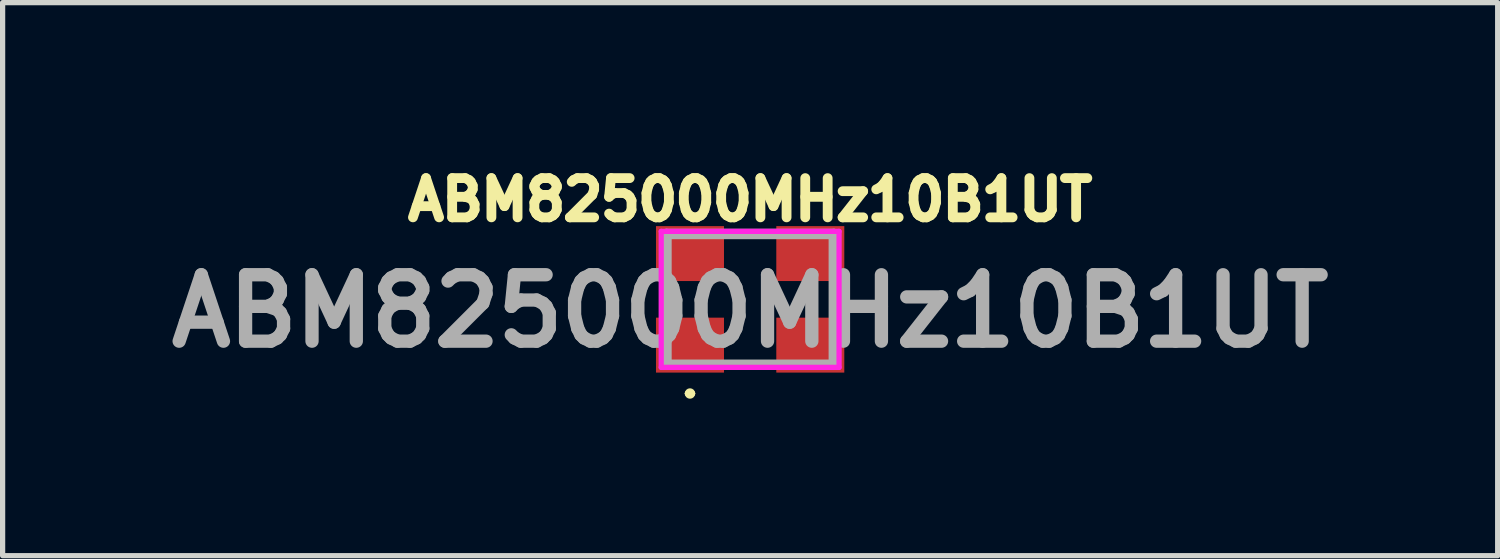
<source format=kicad_pcb>
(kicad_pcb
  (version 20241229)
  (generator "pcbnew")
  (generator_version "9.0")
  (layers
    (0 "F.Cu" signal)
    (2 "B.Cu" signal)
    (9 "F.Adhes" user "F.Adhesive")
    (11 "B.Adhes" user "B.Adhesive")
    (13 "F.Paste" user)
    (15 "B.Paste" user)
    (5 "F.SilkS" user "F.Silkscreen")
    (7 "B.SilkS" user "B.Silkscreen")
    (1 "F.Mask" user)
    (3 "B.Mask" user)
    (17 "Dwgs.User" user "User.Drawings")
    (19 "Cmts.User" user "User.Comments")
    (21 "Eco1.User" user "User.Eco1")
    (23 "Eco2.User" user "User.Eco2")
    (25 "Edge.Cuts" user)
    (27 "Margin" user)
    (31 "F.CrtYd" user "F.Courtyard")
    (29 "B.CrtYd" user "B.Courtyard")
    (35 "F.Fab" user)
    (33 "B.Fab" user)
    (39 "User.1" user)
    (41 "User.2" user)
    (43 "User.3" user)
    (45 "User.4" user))
  (footprint "ABM825000MHz10B1UT"
    (layer "F.Cu")
    (at 11.291 2.673)
    (property "Reference" "ABM825000MHz10B1UT" (at 0 -1.905 0) (layer "F.SilkS") (effects (font (size 0.75 0.75) (thickness 0.188))))
    (attr smd)
    (fp_line (start -1.2 1.8) (end -1.2 1.8) (stroke (width 0.1) (type solid)) (layer "F.SilkS"))
    (fp_line (start -1.1 1.8) (end -1.1 1.8) (stroke (width 0.1) (type solid)) (layer "F.SilkS"))
    (fp_arc (start -1.2 1.8) (mid -1.15 1.75) (end -1.1 1.8) (stroke (width 0.1) (type solid)) (layer "F.SilkS"))
    (fp_arc (start -1.1 1.8) (mid -1.15 1.85) (end -1.2 1.8) (stroke (width 0.1) (type solid)) (layer "F.SilkS"))
    (fp_line (start -1.7 -1.3) (end 1.7 -1.3) (stroke (width 0.1) (type solid)) (layer "F.CrtYd"))
    (fp_line (start -1.7 1.3) (end -1.7 -1.3) (stroke (width 0.1) (type solid)) (layer "F.CrtYd"))
    (fp_line (start 1.7 -1.3) (end 1.7 1.3) (stroke (width 0.1) (type solid)) (layer "F.CrtYd"))
    (fp_line (start 1.7 1.3) (end -1.7 1.3) (stroke (width 0.1) (type solid)) (layer "F.CrtYd"))
    (fp_line (start -1.6 -1.25) (end 1.6 -1.25) (stroke (width 0.2) (type solid)) (layer "F.Fab"))
    (fp_line (start -1.6 1.25) (end -1.6 -1.25) (stroke (width 0.2) (type solid)) (layer "F.Fab"))
    (fp_line (start 1.6 -1.25) (end 1.6 1.25) (stroke (width 0.2) (type solid)) (layer "F.Fab"))
    (fp_line (start 1.6 1.25) (end -1.6 1.25) (stroke (width 0.2) (type solid)) (layer "F.Fab"))
    (fp_text user "${REFERENCE}" (at 0 0.225 0) (layer "F.Fab") (effects (font (size 1.27 1.27) (thickness 0.254))))
    (pad "1" smd rect (at -1.15 0.875 90) (size 1.05 1.3) (layers "F.Cu" "F.Mask" "F.Paste"))
    (pad "2" smd rect (at 1.15 0.875 90) (size 1.05 1.3) (layers "F.Cu" "F.Mask" "F.Paste"))
    (pad "3" smd rect (at 1.15 -0.875 90) (size 1.05 1.3) (layers "F.Cu" "F.Mask" "F.Paste"))
    (pad "4" smd rect (at -1.15 -0.875 90) (size 1.05 1.3) (layers "F.Cu" "F.Mask" "F.Paste")))
  (gr_rect
    (start -3 -3)
    (end 25.582 7.573)
    (stroke (width 0.1) (type default))
    (fill no)
    (layer "Edge.Cuts")))
</source>
